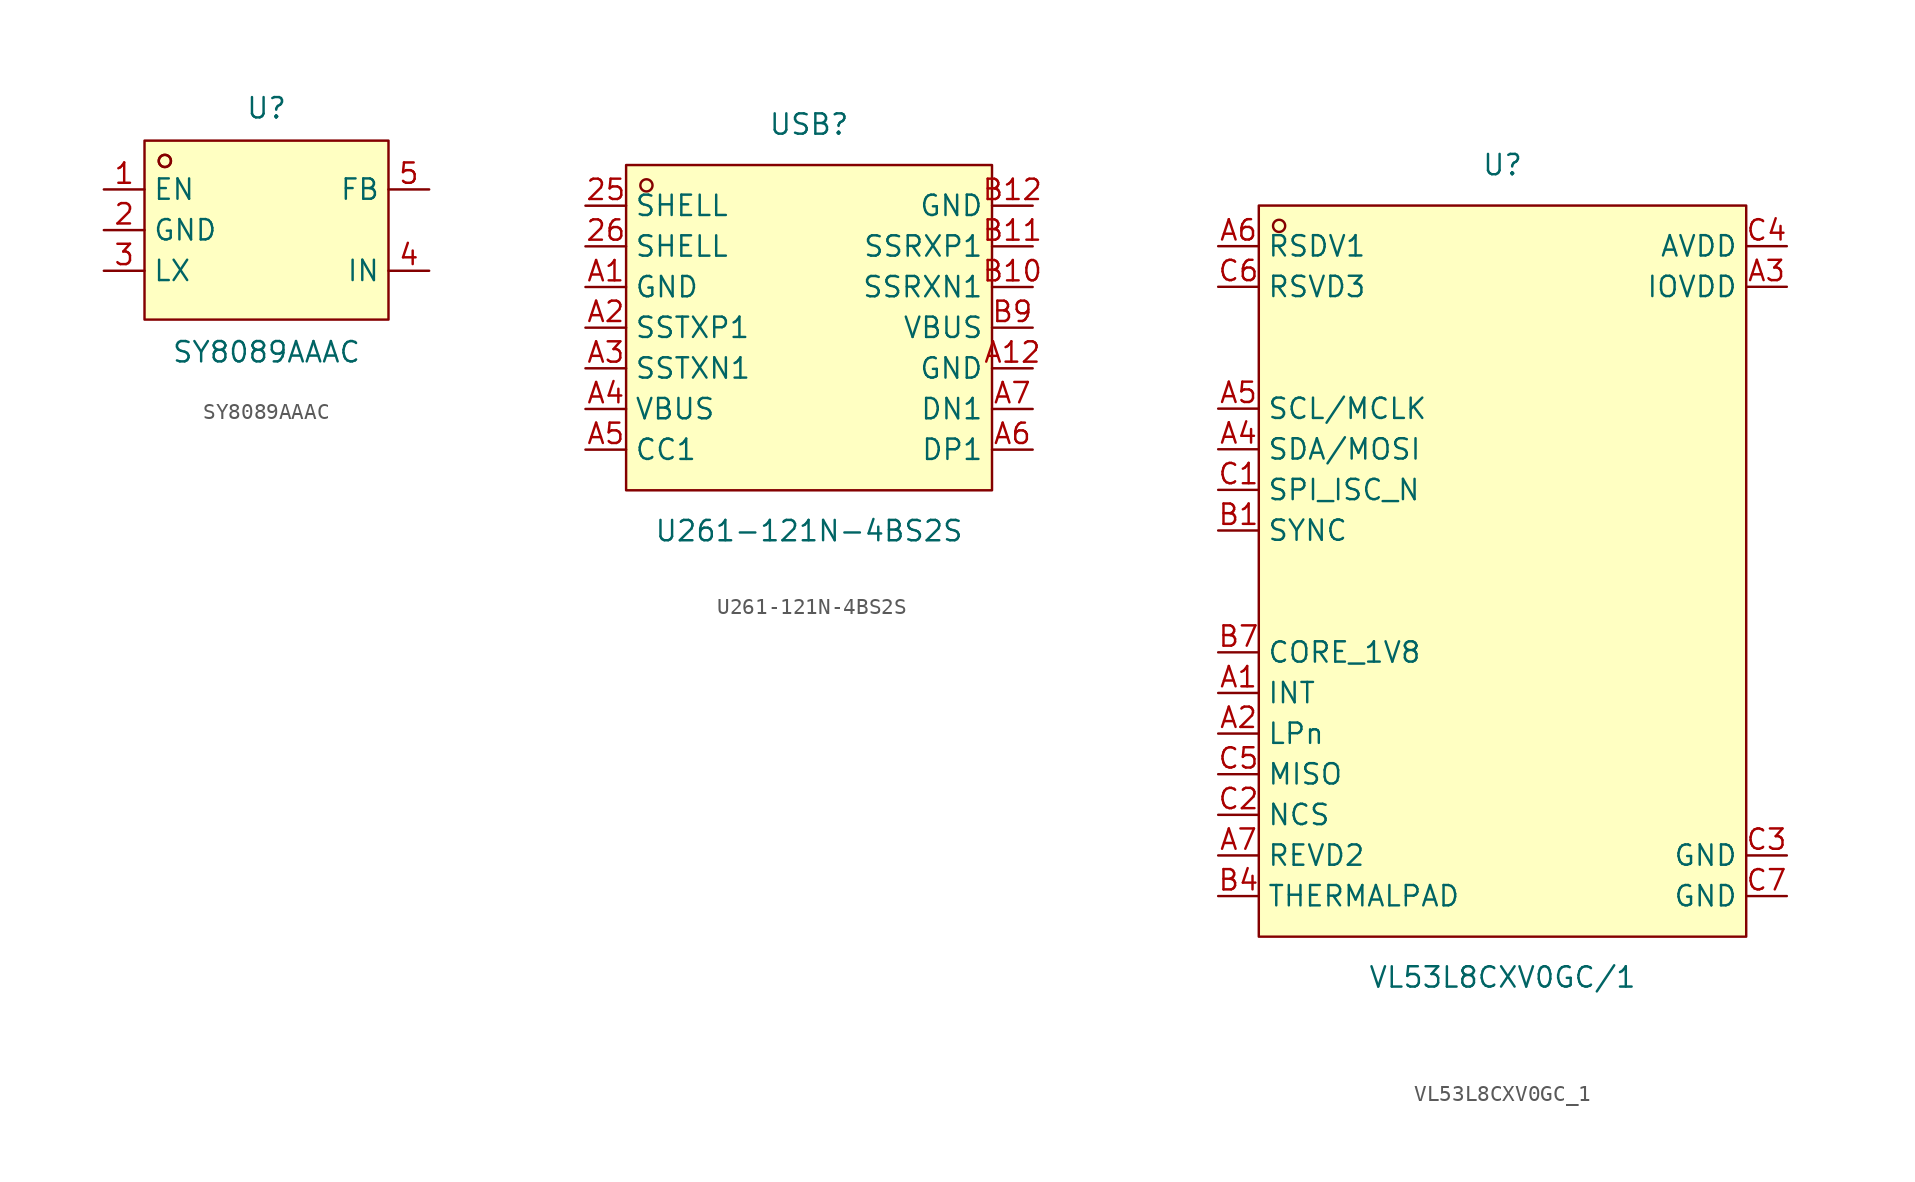
<source format=kicad_sym>
(kicad_symbol_lib
  (version 20241209)
  (generator "kicad_symbol_editor")
  (generator_version "9.0")
  (symbol "SY8089AAAC"
    (property "Reference" "U"
      (at 0 7.62 0)
      (effects (font (size 1.27 1.27))))
    (property "Value" "SY8089AAAC"
      (at 0 -7.62 0)
      (effects (font (size 1.27 1.27))))
    (symbol "SY8089AAAC_0_1"
      (rectangle (start -7.62 5.59) (end 7.62 -5.59) (stroke (width 0) (type default)) (fill (type background)))
      (circle (center -6.35 4.32) (radius 0.38) (stroke (width 0) (type default)) (fill (type none)))
      (circle (center -6.35 4.32) (radius 0.38) (stroke (width 0) (type default)) (fill (type none)))
      (pin unspecified line (at -10.16 2.54 0) (length 2.54) (name "EN" (effects (font (size 1.27 1.27)))) (number "1" (effects (font (size 1.27 1.27)))))
      (pin unspecified line (at -10.16 0 0) (length 2.54) (name "GND" (effects (font (size 1.27 1.27)))) (number "2" (effects (font (size 1.27 1.27)))))
      (pin unspecified line (at -10.16 -2.54 0) (length 2.54) (name "LX" (effects (font (size 1.27 1.27)))) (number "3" (effects (font (size 1.27 1.27)))))
      (pin unspecified line (at 10.16 2.54 180) (length 2.54) (name "FB" (effects (font (size 1.27 1.27)))) (number "5" (effects (font (size 1.27 1.27)))))
      (pin unspecified line (at 10.16 -2.54 180) (length 2.54) (name "IN" (effects (font (size 1.27 1.27)))) (number "4" (effects (font (size 1.27 1.27)))))))
  (symbol "U261-121N-4BS2S"
    (property "Reference" "USB"
      (at 0 12.70 0)
      (effects (font (size 1.27 1.27))))
    (property "Value" "U261-121N-4BS2S"
      (at 0 -12.70 0)
      (effects (font (size 1.27 1.27))))
    (symbol "U261-121N-4BS2S_0_1"
      (rectangle (start -11.43 10.16) (end 11.43 -10.16) (stroke (width 0) (type default) (color 0 0 0 0)) (fill (type background)))
      (circle (center -10.16 8.89) (radius 0.38) (stroke (width 0) (type default) (color 0 0 0 0)) (fill (type none)))
      (pin unspecified line (at -13.97 7.62 0) (length 2.54) (name "SHELL" (effects (font (size 1.27 1.27)))) (number "25" (effects (font (size 1.27 1.27)))))
      (pin unspecified line (at -13.97 5.08 0) (length 2.54) (name "SHELL" (effects (font (size 1.27 1.27)))) (number "26" (effects (font (size 1.27 1.27)))))
      (pin unspecified line (at -13.97 2.54 0) (length 2.54) (name "GND" (effects (font (size 1.27 1.27)))) (number "A1" (effects (font (size 1.27 1.27)))))
      (pin unspecified line (at -13.97 -0.00 0) (length 2.54) (name "SSTXP1" (effects (font (size 1.27 1.27)))) (number "A2" (effects (font (size 1.27 1.27)))))
      (pin unspecified line (at -13.97 -2.54 0) (length 2.54) (name "SSTXN1" (effects (font (size 1.27 1.27)))) (number "A3" (effects (font (size 1.27 1.27)))))
      (pin unspecified line (at -13.97 -5.08 0) (length 2.54) (name "VBUS" (effects (font (size 1.27 1.27)))) (number "A4" (effects (font (size 1.27 1.27)))))
      (pin unspecified line (at -13.97 -7.62 0) (length 2.54) (name "CC1" (effects (font (size 1.27 1.27)))) (number "A5" (effects (font (size 1.27 1.27)))))
      (pin unspecified line (at 13.97 -7.62 180) (length 2.54) (name "DP1" (effects (font (size 1.27 1.27)))) (number "A6" (effects (font (size 1.27 1.27)))))
      (pin unspecified line (at 13.97 -5.08 180) (length 2.54) (name "DN1" (effects (font (size 1.27 1.27)))) (number "A7" (effects (font (size 1.27 1.27)))))
      (pin unspecified line (at 13.97 -2.54 180) (length 2.54) (name "GND" (effects (font (size 1.27 1.27)))) (number "A12" (effects (font (size 1.27 1.27)))))
      (pin unspecified line (at 13.97 -0.00 180) (length 2.54) (name "VBUS" (effects (font (size 1.27 1.27)))) (number "B9" (effects (font (size 1.27 1.27)))))
      (pin unspecified line (at 13.97 2.54 180) (length 2.54) (name "SSRXN1" (effects (font (size 1.27 1.27)))) (number "B10" (effects (font (size 1.27 1.27)))))
      (pin unspecified line (at 13.97 5.08 180) (length 2.54) (name "SSRXP1" (effects (font (size 1.27 1.27)))) (number "B11" (effects (font (size 1.27 1.27)))))
      (pin unspecified line (at 13.97 7.62 180) (length 2.54) (name "GND" (effects (font (size 1.27 1.27)))) (number "B12" (effects (font (size 1.27 1.27)))))))
  (symbol "VL53L8CXV0GC_1"
    (property "Reference" "U"
      (at 0 25.40 0)
      (effects (font (size 1.27 1.27))))
    (property "Value" "VL53L8CXV0GC/1"
      (at 0 -25.40 0)
      (effects (font (size 1.27 1.27))))
    (symbol "VL53L8CXV0GC_1_0_1"
      (rectangle (start -15.24 22.86) (end 15.24 -22.86) (stroke (width 0) (type default) (color 0 0 0 0)) (fill (type background)))
      (circle (center -13.97 21.59) (radius 0.38) (stroke (width 0) (type default) (color 0 0 0 0)) (fill (type none)))
      (pin unspecified line (at -17.78 20.32 0) (length 2.54) (name "RSDV1" (effects (font (size 1.27 1.27)))) (number "A6" (effects (font (size 1.27 1.27)))))
      (pin unspecified line (at -17.78 17.78 0) (length 2.54) (name "RSVD3" (effects (font (size 1.27 1.27)))) (number "C6" (effects (font (size 1.27 1.27)))))
      (pin unspecified line (at -17.78 10.16 0) (length 2.54) (name "SCL/MCLK" (effects (font (size 1.27 1.27)))) (number "A5" (effects (font (size 1.27 1.27)))))
      (pin unspecified line (at -17.78 7.62 0) (length 2.54) (name "SDA/MOSI" (effects (font (size 1.27 1.27)))) (number "A4" (effects (font (size 1.27 1.27)))))
      (pin unspecified line (at -17.78 5.08 0) (length 2.54) (name "SPI_ISC_N" (effects (font (size 1.27 1.27)))) (number "C1" (effects (font (size 1.27 1.27)))))
      (pin unspecified line (at -17.78 2.54 0) (length 2.54) (name "SYNC" (effects (font (size 1.27 1.27)))) (number "B1" (effects (font (size 1.27 1.27)))))
      (pin unspecified line (at -17.78 -5.08 0) (length 2.54) (name "CORE_1V8" (effects (font (size 1.27 1.27)))) (number "B7" (effects (font (size 1.27 1.27)))))
      (pin unspecified line (at -17.78 -7.62 0) (length 2.54) (name "INT" (effects (font (size 1.27 1.27)))) (number "A1" (effects (font (size 1.27 1.27)))))
      (pin unspecified line (at -17.78 -10.16 0) (length 2.54) (name "LPn" (effects (font (size 1.27 1.27)))) (number "A2" (effects (font (size 1.27 1.27)))))
      (pin unspecified line (at -17.78 -12.70 0) (length 2.54) (name "MISO" (effects (font (size 1.27 1.27)))) (number "C5" (effects (font (size 1.27 1.27)))))
      (pin unspecified line (at -17.78 -15.24 0) (length 2.54) (name "NCS" (effects (font (size 1.27 1.27)))) (number "C2" (effects (font (size 1.27 1.27)))))
      (pin unspecified line (at -17.78 -17.78 0) (length 2.54) (name "REVD2" (effects (font (size 1.27 1.27)))) (number "A7" (effects (font (size 1.27 1.27)))))
      (pin unspecified line (at -17.78 -20.32 0) (length 2.54) (name "THERMALPAD" (effects (font (size 1.27 1.27)))) (number "B4" (effects (font (size 1.27 1.27)))))
      (pin unspecified line (at 17.78 -20.32 180) (length 2.54) (name "GND" (effects (font (size 1.27 1.27)))) (number "C7" (effects (font (size 1.27 1.27)))))
      (pin unspecified line (at 17.78 -17.78 180) (length 2.54) (name "GND" (effects (font (size 1.27 1.27)))) (number "C3" (effects (font (size 1.27 1.27)))))
      (pin unspecified line (at 17.78 17.78 180) (length 2.54) (name "IOVDD" (effects (font (size 1.27 1.27)))) (number "A3" (effects (font (size 1.27 1.27)))))
      (pin unspecified line (at 17.78 20.32 180) (length 2.54) (name "AVDD" (effects (font (size 1.27 1.27)))) (number "C4" (effects (font (size 1.27 1.27))))))))
</source>
